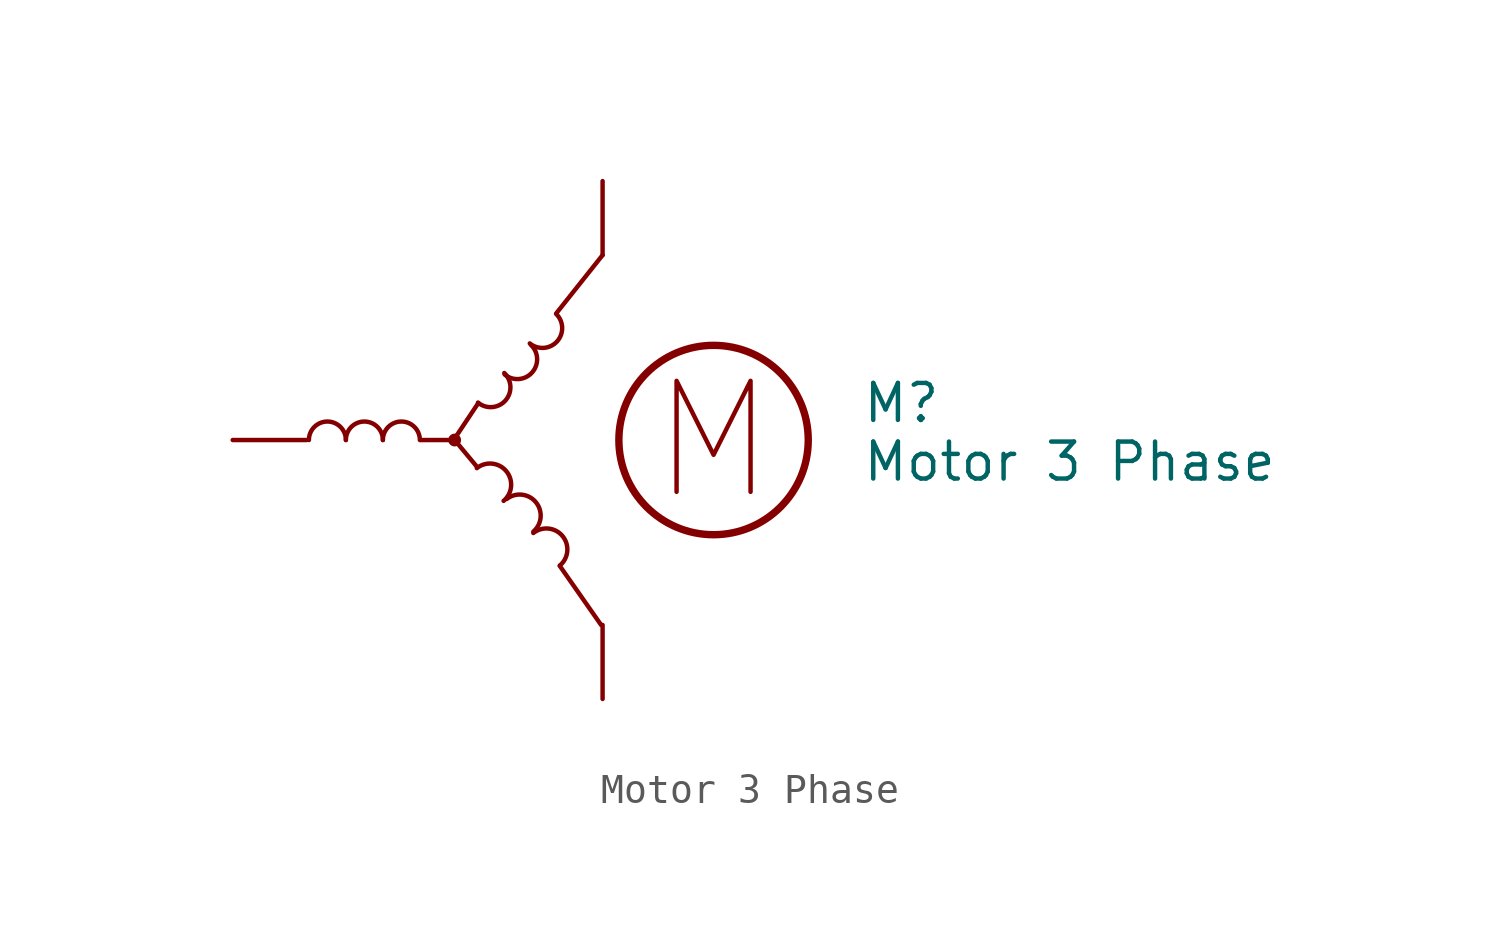
<source format=kicad_sym>
(kicad_symbol_lib
  (version 20211014)
  (generator kicad_symbol_editor)
  (symbol "Motor 3 Phase"
    (pin_names
      (offset 0) hide)
    (property "Reference" "M"
      (at 13.97 1.27 0)
      (effects (font (size 1.27 1.27)) (justify left)))
    (property "Value" "Motor 3 Phase"
      (at 13.97 0 0)
      (effects (font (size 1.27 1.27)) (justify left top)))
    (symbol "Motor 3 Phase_0_0"
      (polyline (pts (xy 7.62 -1.778) (xy 7.62 2.032) (xy 8.89 -0.508) (xy 10.16 2.032) (xy 10.16 -1.778)) (stroke (width 0) (type default) (color 0 0 0 0)) (fill (type none)))
      (text "" (at 6.35 5.08 0) (effects (font (size 1.27 1.27)))))
    (symbol "Motor 3 Phase_0_1"
      (arc (start -3.7338 0) (mid -4.3688 0.635) (end -5.0038 0) (stroke (width 0) (type default) (color 0 0 0 0)) (fill (type none)))
      (arc (start -2.4638 0) (mid -3.0988 0.635) (end -3.7338 0) (stroke (width 0) (type default) (color 0 0 0 0)) (fill (type none)))
      (arc (start -1.1938 0) (mid -1.8288 0.635) (end -2.4638 0) (stroke (width 0) (type default) (color 0 0 0 0)) (fill (type none)))
      (polyline (pts (xy -1.168 0) (xy 0 0)) (stroke (width 0) (type default) (color 0 0 0 0)) (fill (type none)))
      (polyline (pts (xy 0.762 -0.914) (xy 0 0)) (stroke (width 0) (type default) (color 0 0 0 0)) (fill (type none)))
      (polyline (pts (xy 0.813 1.27) (xy 0 0.051)) (stroke (width 0) (type default) (color 0 0 0 0)) (fill (type none)))
      (polyline (pts (xy 3.505 4.369) (xy 5.08 6.35)) (stroke (width 0) (type default) (color 0 0 0 0)) (fill (type none)))
      (polyline (pts (xy 3.607 -4.318) (xy 5.029 -6.35)) (stroke (width 0) (type default) (color 0 0 0 0)) (fill (type none)))
      (circle (center 0 0) (radius 0.144) (stroke (width 0) (type default) (color 0 0 0 0)) (fill (type none)))
      (arc (start 0.8013 1.2857) (mid 1.7781 1.3265) (end 1.7039 2.3014) (stroke (width 0) (type default) (color 0 0 0 0)) (fill (type none)))
      (arc (start 1.6764 -2.0828) (mid 1.7689 -1.0743) (end 0.762 -0.9652) (stroke (width 0) (type default) (color 0 0 0 0)) (fill (type none)))
      (arc (start 1.7162 2.2503) (mid 2.6926 2.2916) (end 2.6188 3.266) (stroke (width 0) (type default) (color 0 0 0 0)) (fill (type none)))
      (arc (start 2.5798 3.3171) (mid 3.5562 3.3584) (end 3.4824 4.3328) (stroke (width 0) (type default) (color 0 0 0 0)) (fill (type none)))
      (arc (start 2.7016 -3.1421) (mid 2.7941 -2.1335) (end 1.7872 -2.0245) (stroke (width 0) (type default) (color 0 0 0 0)) (fill (type none)))
      (arc (start 3.616 -4.3105) (mid 3.7085 -3.3019) (end 2.7016 -3.1929) (stroke (width 0) (type default) (color 0 0 0 0)) (fill (type none)))
      (circle (center 8.89 0) (radius 3.251) (stroke (width 0.254) (type default) (color 0 0 0 0)) (fill (type none))))
    (symbol "Motor 3 Phase_1_1"
      (pin passive line (at -7.62 0 0) (length 2.54) (name "" (effects (font (size 1.27 1.27)))) (number "" (effects (font (size 1.27 1.27)))))
      (pin passive line (at 5.08 -8.89 90) (length 2.54) (name "" (effects (font (size 1.27 1.27)))) (number "" (effects (font (size 1.27 1.27)))))
      (pin passive line (at 5.08 8.89 270) (length 2.54) (name "" (effects (font (size 1.27 1.27)))) (number "" (effects (font (size 1.27 1.27))))))))
</source>
